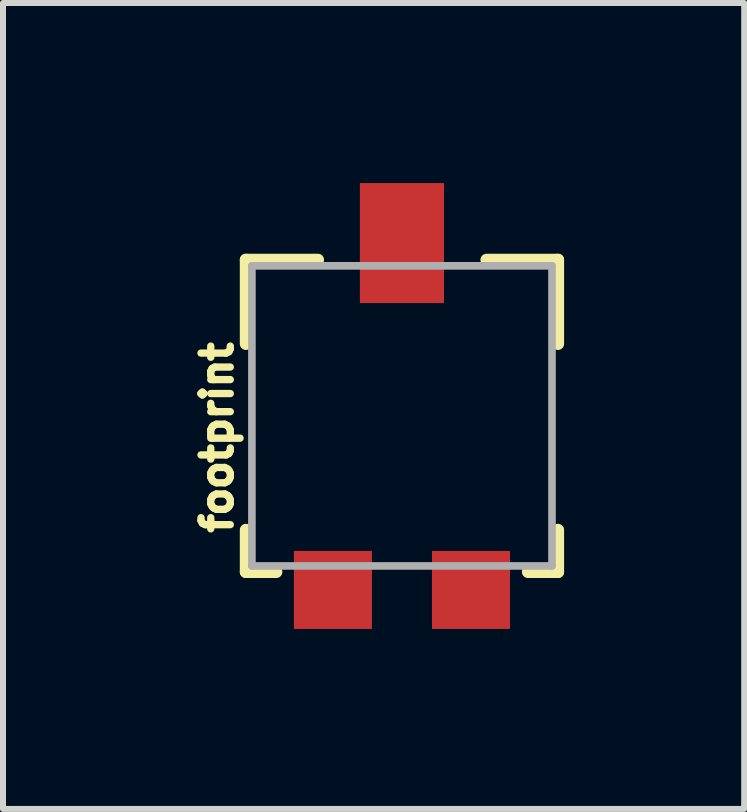
<source format=kicad_pcb>
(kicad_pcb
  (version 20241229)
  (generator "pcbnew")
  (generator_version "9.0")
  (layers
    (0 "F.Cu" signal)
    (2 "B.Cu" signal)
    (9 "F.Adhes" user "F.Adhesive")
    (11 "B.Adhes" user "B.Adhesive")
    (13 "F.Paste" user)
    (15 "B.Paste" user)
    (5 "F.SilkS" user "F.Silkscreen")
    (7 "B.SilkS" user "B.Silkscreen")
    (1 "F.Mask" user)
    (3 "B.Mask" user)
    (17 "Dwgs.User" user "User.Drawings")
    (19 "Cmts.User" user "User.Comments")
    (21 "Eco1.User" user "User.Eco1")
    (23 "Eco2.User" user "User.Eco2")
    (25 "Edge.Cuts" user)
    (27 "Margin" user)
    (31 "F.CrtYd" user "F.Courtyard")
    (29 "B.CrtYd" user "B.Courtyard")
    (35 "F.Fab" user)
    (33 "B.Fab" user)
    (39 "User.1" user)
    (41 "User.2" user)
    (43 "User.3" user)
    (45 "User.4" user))
  (footprint "footprint"
    (layer "F.Cu")
    (at 3.647 4.239)
    (property "Reference" "footprint" (at -2.794 0 90) (layer "F.SilkS") (effects (font (size 0.488 0.488) (thickness 0.122)) (justify bottom)))
    (fp_line (start -2.6 -2.96) (end -2.6 -1.56) (stroke (width 0.203) (type solid)) (layer "F.SilkS"))
    (fp_line (start -2.6 2.24) (end -2.6 1.54) (stroke (width 0.203) (type solid)) (layer "F.SilkS"))
    (fp_line (start -2.094 2.24) (end -2.6 2.24) (stroke (width 0.203) (type solid)) (layer "F.SilkS"))
    (fp_line (start -1.4 -2.96) (end -2.6 -2.96) (stroke (width 0.203) (type solid)) (layer "F.SilkS"))
    (fp_line (start 1.409 -2.96) (end 2.6 -2.96) (stroke (width 0.203) (type solid)) (layer "F.SilkS"))
    (fp_line (start 2.1 2.24) (end 2.6 2.24) (stroke (width 0.203) (type solid)) (layer "F.SilkS"))
    (fp_line (start 2.6 -2.96) (end 2.6 -1.56) (stroke (width 0.203) (type solid)) (layer "F.SilkS"))
    (fp_line (start 2.6 2.24) (end 2.6 1.54) (stroke (width 0.203) (type solid)) (layer "F.SilkS"))
    (fp_line (start -2.5 -2.86) (end 2.5 -2.86) (stroke (width 0.127) (type solid)) (layer "F.Fab"))
    (fp_line (start -2.5 2.14) (end -2.5 -2.86) (stroke (width 0.127) (type solid)) (layer "F.Fab"))
    (fp_line (start 2.5 -2.86) (end 2.5 2.14) (stroke (width 0.127) (type solid)) (layer "F.Fab"))
    (fp_line (start 2.5 2.14) (end -2.5 2.14) (stroke (width 0.127) (type solid)) (layer "F.Fab"))
    (pad "A" smd rect (at 1.15 2.54) (size 1.3 1.3) (layers "F.Cu" "F.Mask" "F.Paste"))
    (pad "B" smd rect (at 0 -3.239 270) (size 2 1.402) (layers "F.Cu" "F.Mask" "F.Paste"))
    (pad "C" smd rect (at -1.15 2.54) (size 1.3 1.3) (layers "F.Cu" "F.Mask" "F.Paste")))
  (gr_rect
    (start -3 -3)
    (end 9.349 10.428)
    (stroke (width 0.1) (type default))
    (fill no)
    (layer "Edge.Cuts")))
</source>
